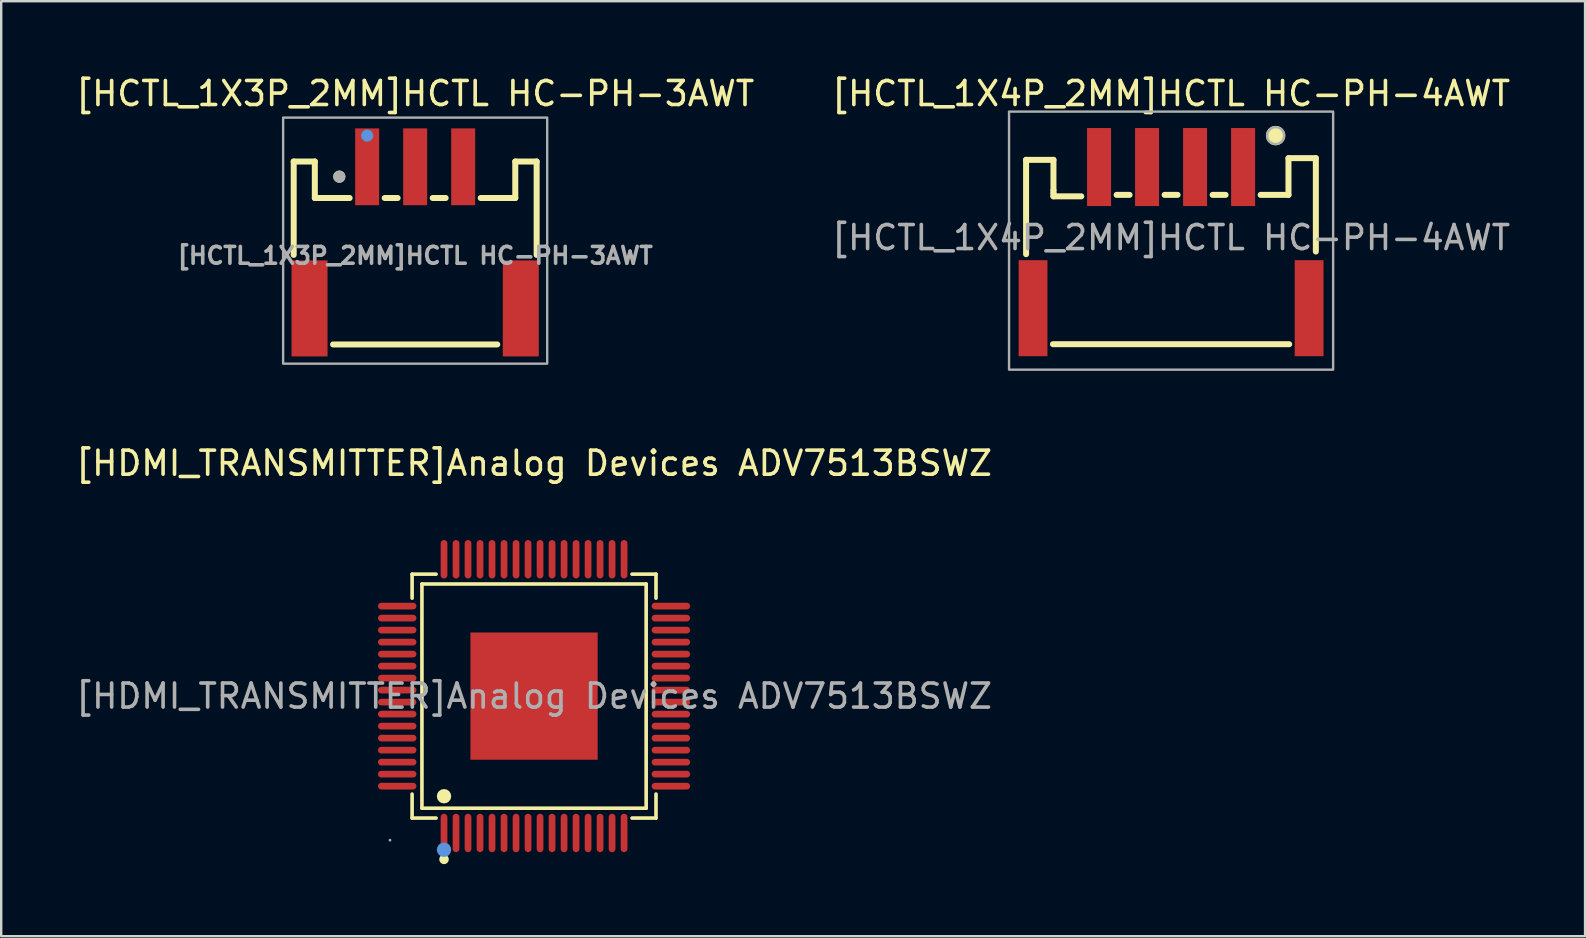
<source format=kicad_pcb>
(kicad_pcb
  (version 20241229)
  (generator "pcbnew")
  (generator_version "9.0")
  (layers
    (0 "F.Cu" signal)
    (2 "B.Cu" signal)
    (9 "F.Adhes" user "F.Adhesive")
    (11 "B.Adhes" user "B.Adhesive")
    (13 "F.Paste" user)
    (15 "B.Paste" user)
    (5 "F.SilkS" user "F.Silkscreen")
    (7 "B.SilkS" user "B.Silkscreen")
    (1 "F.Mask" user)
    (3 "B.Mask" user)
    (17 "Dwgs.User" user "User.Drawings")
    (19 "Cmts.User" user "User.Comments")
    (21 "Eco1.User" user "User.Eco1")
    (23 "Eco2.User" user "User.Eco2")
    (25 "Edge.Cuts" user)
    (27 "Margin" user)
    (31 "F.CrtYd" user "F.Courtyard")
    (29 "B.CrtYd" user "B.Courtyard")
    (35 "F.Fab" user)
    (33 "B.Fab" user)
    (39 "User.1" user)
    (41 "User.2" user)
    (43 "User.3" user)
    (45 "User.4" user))
  (footprint "[HDMI_TRANSMITTER]Analog Devices ADV7513BSWZ"
    (layer "F.Cu")
    (at 19.196 25.947)
    (property "Reference" "[HDMI_TRANSMITTER]Analog Devices ADV7513BSWZ" (at 0 -9.7 0) (layer "F.SilkS") (effects (font (size 1 1) (thickness 0.15))))
    (attr smd)
    (fp_line (start -5.08 -5.08) (end -4.08 -5.08) (stroke (width 0.15) (type solid)) (layer "F.SilkS"))
    (fp_line (start -5.08 -4.08) (end -5.08 -5.08) (stroke (width 0.15) (type solid)) (layer "F.SilkS"))
    (fp_line (start -5.08 4.08) (end -5.08 5.08) (stroke (width 0.15) (type solid)) (layer "F.SilkS"))
    (fp_line (start -5.08 5.08) (end -4.08 5.08) (stroke (width 0.15) (type solid)) (layer "F.SilkS"))
    (fp_line (start -4.67 -4.67) (end 4.67 -4.67) (stroke (width 0.15) (type solid)) (layer "F.SilkS"))
    (fp_line (start -4.67 4.67) (end -4.67 -4.67) (stroke (width 0.15) (type solid)) (layer "F.SilkS"))
    (fp_line (start 4.67 -4.67) (end 4.67 4.67) (stroke (width 0.15) (type solid)) (layer "F.SilkS"))
    (fp_line (start 4.67 4.67) (end -4.67 4.67) (stroke (width 0.15) (type solid)) (layer "F.SilkS"))
    (fp_line (start 5.08 -5.08) (end 4.08 -5.08) (stroke (width 0.15) (type solid)) (layer "F.SilkS"))
    (fp_line (start 5.08 -4.08) (end 5.08 -5.08) (stroke (width 0.15) (type solid)) (layer "F.SilkS"))
    (fp_line (start 5.08 4.08) (end 5.08 5.08) (stroke (width 0.15) (type solid)) (layer "F.SilkS"))
    (fp_line (start 5.08 5.08) (end 4.08 5.08) (stroke (width 0.15) (type solid)) (layer "F.SilkS"))
    (fp_circle (center -3.75 4.17) (end -3.6 4.17) (stroke (width 0.3) (type solid)) (fill no) (layer "F.SilkS"))
    (fp_circle (center -3.75 6.8) (end -3.65 6.8) (stroke (width 0.2) (type solid)) (fill no) (layer "F.SilkS"))
    (fp_circle (center -3.75 6.4) (end -3.6 6.4) (stroke (width 0.3) (type solid)) (fill no) (layer "Cmts.User"))
    (fp_circle (center -6 6) (end -5.97 6) (stroke (width 0.06) (type solid)) (fill no) (layer "F.Fab"))
    (fp_text user "${REFERENCE}" (at 0 0 0) (layer "F.Fab") (effects (font (size 1 1) (thickness 0.15))))
    (pad "1" smd oval (at -3.75 5.7) (size 0.28 1.6) (layers "F.Cu" "F.Mask" "F.Paste"))
    (pad "2" smd oval (at -3.25 5.7) (size 0.28 1.6) (layers "F.Cu" "F.Mask" "F.Paste"))
    (pad "3" smd oval (at -2.75 5.7) (size 0.28 1.6) (layers "F.Cu" "F.Mask" "F.Paste"))
    (pad "4" smd oval (at -2.25 5.7) (size 0.28 1.6) (layers "F.Cu" "F.Mask" "F.Paste"))
    (pad "5" smd oval (at -1.75 5.7) (size 0.28 1.6) (layers "F.Cu" "F.Mask" "F.Paste"))
    (pad "6" smd oval (at -1.25 5.7) (size 0.28 1.6) (layers "F.Cu" "F.Mask" "F.Paste"))
    (pad "7" smd oval (at -0.75 5.7) (size 0.28 1.6) (layers "F.Cu" "F.Mask" "F.Paste"))
    (pad "8" smd oval (at -0.25 5.7) (size 0.28 1.6) (layers "F.Cu" "F.Mask" "F.Paste"))
    (pad "9" smd oval (at 0.25 5.7) (size 0.28 1.6) (layers "F.Cu" "F.Mask" "F.Paste"))
    (pad "10" smd oval (at 0.75 5.7) (size 0.28 1.6) (layers "F.Cu" "F.Mask" "F.Paste"))
    (pad "11" smd oval (at 1.25 5.7) (size 0.28 1.6) (layers "F.Cu" "F.Mask" "F.Paste"))
    (pad "12" smd oval (at 1.75 5.7) (size 0.28 1.6) (layers "F.Cu" "F.Mask" "F.Paste"))
    (pad "13" smd oval (at 2.25 5.7) (size 0.28 1.6) (layers "F.Cu" "F.Mask" "F.Paste"))
    (pad "14" smd oval (at 2.75 5.7) (size 0.28 1.6) (layers "F.Cu" "F.Mask" "F.Paste"))
    (pad "15" smd oval (at 3.25 5.7) (size 0.28 1.6) (layers "F.Cu" "F.Mask" "F.Paste"))
    (pad "16" smd oval (at 3.75 5.7) (size 0.28 1.6) (layers "F.Cu" "F.Mask" "F.Paste"))
    (pad "17" smd oval (at 5.7 3.75) (size 1.6 0.28) (layers "F.Cu" "F.Mask" "F.Paste"))
    (pad "18" smd oval (at 5.7 3.25) (size 1.6 0.28) (layers "F.Cu" "F.Mask" "F.Paste"))
    (pad "19" smd oval (at 5.7 2.75) (size 1.6 0.28) (layers "F.Cu" "F.Mask" "F.Paste"))
    (pad "20" smd oval (at 5.7 2.25) (size 1.6 0.28) (layers "F.Cu" "F.Mask" "F.Paste"))
    (pad "21" smd oval (at 5.7 1.75) (size 1.6 0.28) (layers "F.Cu" "F.Mask" "F.Paste"))
    (pad "22" smd oval (at 5.7 1.25) (size 1.6 0.28) (layers "F.Cu" "F.Mask" "F.Paste"))
    (pad "23" smd oval (at 5.7 0.75) (size 1.6 0.28) (layers "F.Cu" "F.Mask" "F.Paste"))
    (pad "24" smd oval (at 5.7 0.25) (size 1.6 0.28) (layers "F.Cu" "F.Mask" "F.Paste"))
    (pad "25" smd oval (at 5.7 -0.25) (size 1.6 0.28) (layers "F.Cu" "F.Mask" "F.Paste"))
    (pad "26" smd oval (at 5.7 -0.75) (size 1.6 0.28) (layers "F.Cu" "F.Mask" "F.Paste"))
    (pad "27" smd oval (at 5.7 -1.25) (size 1.6 0.28) (layers "F.Cu" "F.Mask" "F.Paste"))
    (pad "28" smd oval (at 5.7 -1.75) (size 1.6 0.28) (layers "F.Cu" "F.Mask" "F.Paste"))
    (pad "29" smd oval (at 5.7 -2.25) (size 1.6 0.28) (layers "F.Cu" "F.Mask" "F.Paste"))
    (pad "30" smd oval (at 5.7 -2.75) (size 1.6 0.28) (layers "F.Cu" "F.Mask" "F.Paste"))
    (pad "31" smd oval (at 5.7 -3.25) (size 1.6 0.28) (layers "F.Cu" "F.Mask" "F.Paste"))
    (pad "32" smd oval (at 5.7 -3.75) (size 1.6 0.28) (layers "F.Cu" "F.Mask" "F.Paste"))
    (pad "33" smd oval (at 3.75 -5.7) (size 0.28 1.6) (layers "F.Cu" "F.Mask" "F.Paste"))
    (pad "34" smd oval (at 3.25 -5.7) (size 0.28 1.6) (layers "F.Cu" "F.Mask" "F.Paste"))
    (pad "35" smd oval (at 2.75 -5.7) (size 0.28 1.6) (layers "F.Cu" "F.Mask" "F.Paste"))
    (pad "36" smd oval (at 2.25 -5.7) (size 0.28 1.6) (layers "F.Cu" "F.Mask" "F.Paste"))
    (pad "37" smd oval (at 1.75 -5.7) (size 0.28 1.6) (layers "F.Cu" "F.Mask" "F.Paste"))
    (pad "38" smd oval (at 1.25 -5.7) (size 0.28 1.6) (layers "F.Cu" "F.Mask" "F.Paste"))
    (pad "39" smd oval (at 0.75 -5.7) (size 0.28 1.6) (layers "F.Cu" "F.Mask" "F.Paste"))
    (pad "40" smd oval (at 0.25 -5.7) (size 0.28 1.6) (layers "F.Cu" "F.Mask" "F.Paste"))
    (pad "41" smd oval (at -0.25 -5.7) (size 0.28 1.6) (layers "F.Cu" "F.Mask" "F.Paste"))
    (pad "42" smd oval (at -0.75 -5.7) (size 0.28 1.6) (layers "F.Cu" "F.Mask" "F.Paste"))
    (pad "43" smd oval (at -1.25 -5.7) (size 0.28 1.6) (layers "F.Cu" "F.Mask" "F.Paste"))
    (pad "44" smd oval (at -1.75 -5.7) (size 0.28 1.6) (layers "F.Cu" "F.Mask" "F.Paste"))
    (pad "45" smd oval (at -2.25 -5.7) (size 0.28 1.6) (layers "F.Cu" "F.Mask" "F.Paste"))
    (pad "46" smd oval (at -2.75 -5.7) (size 0.28 1.6) (layers "F.Cu" "F.Mask" "F.Paste"))
    (pad "47" smd oval (at -3.25 -5.7) (size 0.28 1.6) (layers "F.Cu" "F.Mask" "F.Paste"))
    (pad "48" smd oval (at -3.75 -5.7) (size 0.28 1.6) (layers "F.Cu" "F.Mask" "F.Paste"))
    (pad "49" smd oval (at -5.7 -3.75) (size 1.6 0.28) (layers "F.Cu" "F.Mask" "F.Paste"))
    (pad "50" smd oval (at -5.7 -3.25) (size 1.6 0.28) (layers "F.Cu" "F.Mask" "F.Paste"))
    (pad "51" smd oval (at -5.7 -2.75) (size 1.6 0.28) (layers "F.Cu" "F.Mask" "F.Paste"))
    (pad "52" smd oval (at -5.7 -2.25) (size 1.6 0.28) (layers "F.Cu" "F.Mask" "F.Paste"))
    (pad "53" smd oval (at -5.7 -1.75) (size 1.6 0.28) (layers "F.Cu" "F.Mask" "F.Paste"))
    (pad "54" smd oval (at -5.7 -1.25) (size 1.6 0.28) (layers "F.Cu" "F.Mask" "F.Paste"))
    (pad "55" smd oval (at -5.7 -0.75) (size 1.6 0.28) (layers "F.Cu" "F.Mask" "F.Paste"))
    (pad "56" smd oval (at -5.7 -0.25) (size 1.6 0.28) (layers "F.Cu" "F.Mask" "F.Paste"))
    (pad "57" smd oval (at -5.7 0.25) (size 1.6 0.28) (layers "F.Cu" "F.Mask" "F.Paste"))
    (pad "58" smd oval (at -5.7 0.75) (size 1.6 0.28) (layers "F.Cu" "F.Mask" "F.Paste"))
    (pad "59" smd oval (at -5.7 1.25) (size 1.6 0.28) (layers "F.Cu" "F.Mask" "F.Paste"))
    (pad "60" smd oval (at -5.7 1.75) (size 1.6 0.28) (layers "F.Cu" "F.Mask" "F.Paste"))
    (pad "61" smd oval (at -5.7 2.25) (size 1.6 0.28) (layers "F.Cu" "F.Mask" "F.Paste"))
    (pad "62" smd oval (at -5.7 2.75) (size 1.6 0.28) (layers "F.Cu" "F.Mask" "F.Paste"))
    (pad "63" smd oval (at -5.7 3.25) (size 1.6 0.28) (layers "F.Cu" "F.Mask" "F.Paste"))
    (pad "64" smd oval (at -5.7 3.75) (size 1.6 0.28) (layers "F.Cu" "F.Mask" "F.Paste"))
    (pad "65" smd rect (at 0 0) (size 5.3 5.3) (layers "F.Cu" "F.Mask" "F.Paste")))
  (footprint "[HCTL_1X4P_2MM]HCTL HC-PH-4AWT"
    (layer "F.Cu")
    (at 45.732 6.848)
    (property "Reference" "[HCTL_1X4P_2MM]HCTL HC-PH-4AWT" (at 0 -6 0) (layer "F.SilkS") (effects (font (size 1 1) (thickness 0.15))))
    (attr smd)
    (fp_line (start -6.04 -3.24) (end -4.9 -3.24) (stroke (width 0.25) (type solid)) (layer "F.SilkS"))
    (fp_line (start -6.04 0.69) (end -6.04 -3.24) (stroke (width 0.25) (type solid)) (layer "F.SilkS"))
    (fp_line (start -4.92 4.44) (end 4.92 4.44) (stroke (width 0.25) (type solid)) (layer "F.SilkS"))
    (fp_line (start -4.9 -3.24) (end -4.9 -1.97) (stroke (width 0.25) (type solid)) (layer "F.SilkS"))
    (fp_line (start -4.9 -1.97) (end -4.9 -1.85) (stroke (width 0.25) (type solid)) (layer "F.SilkS"))
    (fp_line (start -4.9 -1.85) (end -4.9 -1.72) (stroke (width 0.25) (type solid)) (layer "F.SilkS"))
    (fp_line (start -4.9 -1.72) (end -3.74 -1.72) (stroke (width 0.25) (type solid)) (layer "F.SilkS"))
    (fp_line (start -2.27 -1.78) (end -1.73 -1.78) (stroke (width 0.25) (type solid)) (layer "F.SilkS"))
    (fp_line (start -0.27 -1.78) (end 0.27 -1.78) (stroke (width 0.25) (type solid)) (layer "F.SilkS"))
    (fp_line (start 1.73 -1.78) (end 2.27 -1.78) (stroke (width 0.25) (type solid)) (layer "F.SilkS"))
    (fp_line (start 3.73 -1.78) (end 4.89 -1.78) (stroke (width 0.25) (type solid)) (layer "F.SilkS"))
    (fp_line (start 4.89 -3.31) (end 6.03 -3.31) (stroke (width 0.25) (type solid)) (layer "F.SilkS"))
    (fp_line (start 4.89 -1.78) (end 4.89 -3.31) (stroke (width 0.25) (type solid)) (layer "F.SilkS"))
    (fp_line (start 6.03 -3.31) (end 6.03 0.58) (stroke (width 0.25) (type solid)) (layer "F.SilkS"))
    (fp_circle (center 4.354 -4.25) (end 4.604 -4) (stroke (width 0.1) (type solid)) (fill yes) (layer "F.SilkS"))
    (fp_rect (start -6.75 -5.25) (end 6.75 5.5) (stroke (width 0.1) (type solid)) (fill no) (layer "F.Fab"))
    (fp_circle (center 4.354 -4.25) (end 4.604 -4) (stroke (width 0.1) (type solid)) (fill no) (layer "F.Fab"))
    (fp_text user "${REFERENCE}" (at 0 0 0) (layer "F.Fab") (effects (font (size 1 1) (thickness 0.15))))
    (pad "1" smd rect (at 3 -2.94 180) (size 1 3.25) (layers "F.Cu" "F.Mask" "F.Paste"))
    (pad "2" smd rect (at 1 -2.94 180) (size 1 3.25) (layers "F.Cu" "F.Mask" "F.Paste"))
    (pad "3" smd rect (at -1 -2.94 180) (size 1 3.25) (layers "F.Cu" "F.Mask" "F.Paste"))
    (pad "4" smd rect (at -3 -2.94 180) (size 1 3.25) (layers "F.Cu" "F.Mask" "F.Paste"))
    (pad "5" smd rect (at 5.75 2.94 180) (size 1.2 4) (layers "F.Cu" "F.Mask" "F.Paste"))
    (pad "6" smd rect (at -5.75 2.94 180) (size 1.2 4) (layers "F.Cu" "F.Mask" "F.Paste")))
  (footprint "[HCTL_1X3P_2MM]HCTL HC-PH-3AWT"
    (layer "F.Cu")
    (at 14.244 6.848)
    (property "Reference" "[HCTL_1X3P_2MM]HCTL HC-PH-3AWT" (at 0 -6 0) (layer "F.SilkS") (effects (font (size 1 1) (thickness 0.15))))
    (attr smd)
    (fp_line (start -5.06 -3.17) (end -4.18 -3.17) (stroke (width 0.25) (type solid)) (layer "F.SilkS"))
    (fp_line (start -5.06 0.72) (end -5.06 -3.17) (stroke (width 0.25) (type solid)) (layer "F.SilkS"))
    (fp_line (start -4.18 -3.17) (end -4.18 -1.65) (stroke (width 0.25) (type solid)) (layer "F.SilkS"))
    (fp_line (start -4.18 -1.65) (end -2.78 -1.65) (stroke (width 0.25) (type solid)) (layer "F.SilkS"))
    (fp_line (start -3.42 4.45) (end 3.42 4.45) (stroke (width 0.25) (type solid)) (layer "F.SilkS"))
    (fp_line (start -2.78 -1.65) (end -2.73 -1.65) (stroke (width 0.25) (type solid)) (layer "F.SilkS"))
    (fp_line (start -1.27 -1.65) (end -0.73 -1.65) (stroke (width 0.25) (type solid)) (layer "F.SilkS"))
    (fp_line (start 0.73 -1.65) (end 1.27 -1.65) (stroke (width 0.25) (type solid)) (layer "F.SilkS"))
    (fp_line (start 2.73 -1.65) (end 4.17 -1.65) (stroke (width 0.25) (type solid)) (layer "F.SilkS"))
    (fp_line (start 4.17 -3.17) (end 5.06 -3.17) (stroke (width 0.25) (type solid)) (layer "F.SilkS"))
    (fp_line (start 4.17 -1.65) (end 4.17 -3.17) (stroke (width 0.25) (type solid)) (layer "F.SilkS"))
    (fp_line (start 5.06 -3.17) (end 5.06 0.72) (stroke (width 0.25) (type solid)) (layer "F.SilkS"))
    (fp_circle (center -3.16 -2.54) (end -3.03 -2.54) (stroke (width 0.25) (type solid)) (fill no) (layer "F.SilkS"))
    (fp_circle (center -2 -4.25) (end -1.87 -4.25) (stroke (width 0.25) (type solid)) (fill no) (layer "Cmts.User"))
    (fp_rect (start -5.5 -5) (end 5.5 5.25) (stroke (width 0.1) (type solid)) (fill no) (layer "F.Fab"))
    (fp_circle (center -3.16 -2.54) (end -3.03 -2.54) (stroke (width 0.25) (type solid)) (fill no) (layer "F.Fab"))
    (fp_text user "${REFERENCE}" (at 0 0.75 0) (layer "F.Fab") (effects (font (size 0.7 0.7) (thickness 0.15))))
    (pad "1" smd rect (at -2 -2.95 180) (size 1 3.2) (layers "F.Cu" "F.Mask" "F.Paste"))
    (pad "2" smd rect (at 0 -2.95 180) (size 1 3.2) (layers "F.Cu" "F.Mask" "F.Paste"))
    (pad "3" smd rect (at 2 -2.95 180) (size 1 3.2) (layers "F.Cu" "F.Mask" "F.Paste"))
    (pad "4" smd rect (at 4.4 2.95 180) (size 1.5 4) (layers "F.Cu" "F.Mask" "F.Paste"))
    (pad "5" smd rect (at -4.4 2.95 180) (size 1.5 4) (layers "F.Cu" "F.Mask" "F.Paste")))
  (gr_rect
    (start -3 -3)
    (end 62.976 35.947)
    (stroke (width 0.1) (type default))
    (fill no)
    (layer "Edge.Cuts")))
</source>
